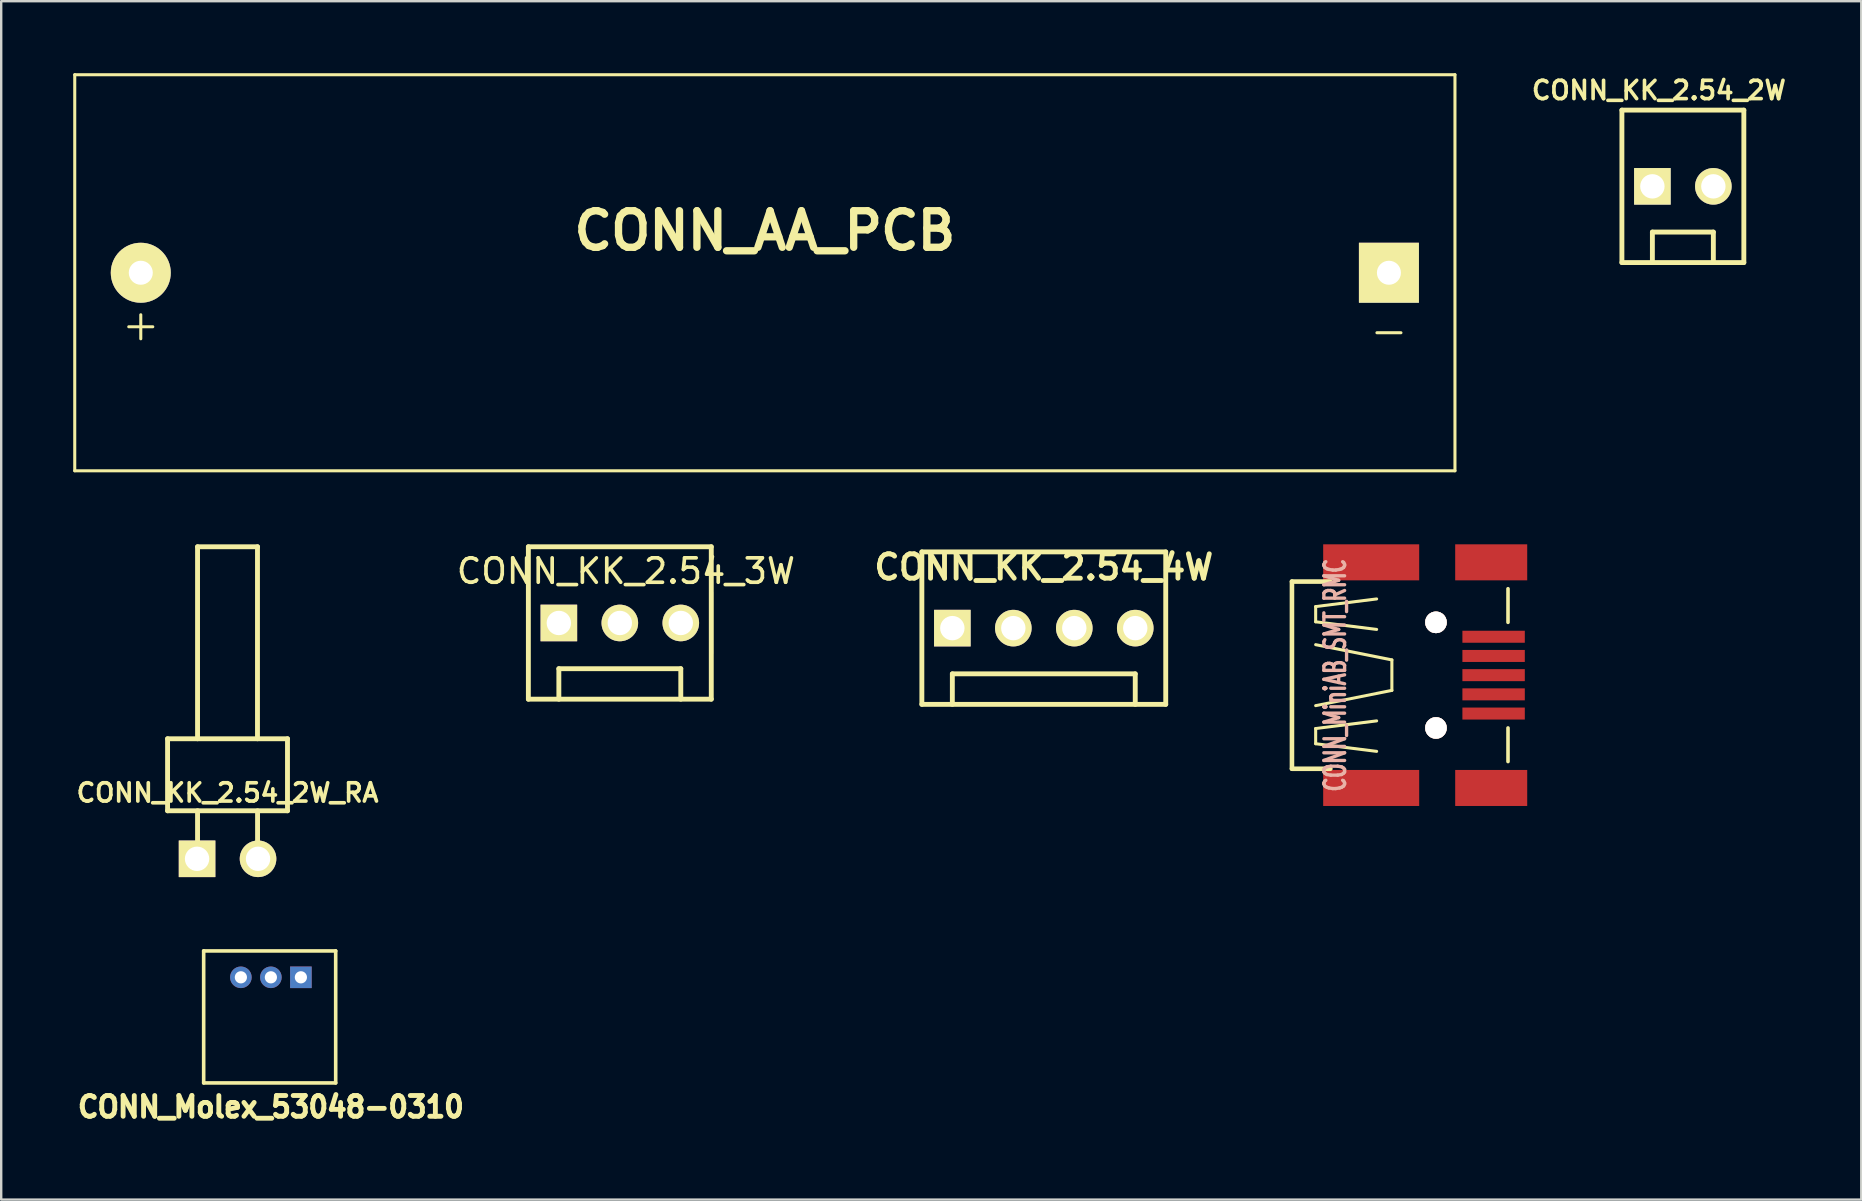
<source format=kicad_pcb>
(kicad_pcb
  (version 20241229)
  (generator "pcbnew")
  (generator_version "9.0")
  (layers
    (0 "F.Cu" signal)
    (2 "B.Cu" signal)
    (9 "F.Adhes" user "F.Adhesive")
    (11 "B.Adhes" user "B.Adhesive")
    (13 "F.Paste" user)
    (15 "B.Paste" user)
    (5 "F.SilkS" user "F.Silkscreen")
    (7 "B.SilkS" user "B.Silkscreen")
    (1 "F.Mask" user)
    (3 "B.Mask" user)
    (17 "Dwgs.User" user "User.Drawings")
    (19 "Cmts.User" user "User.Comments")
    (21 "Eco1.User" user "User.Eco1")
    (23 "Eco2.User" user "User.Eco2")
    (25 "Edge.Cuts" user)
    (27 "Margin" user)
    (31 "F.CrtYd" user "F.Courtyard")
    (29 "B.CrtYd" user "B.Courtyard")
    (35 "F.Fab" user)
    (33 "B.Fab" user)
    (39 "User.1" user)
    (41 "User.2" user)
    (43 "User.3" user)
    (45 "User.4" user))
  (footprint "CONN_KK_2.54_2W_RA"
    (layer "F.Cu")
    (at 6.43 32.728)
    (property "Reference" "CONN_KK_2.54_2W_RA" (at 0 -2.751 0) (layer "F.SilkS") (effects (font (size 0.762 0.762) (thickness 0.152))))
    (attr through_hole)
    (fp_line (start -2.499 -2.002) (end 2.499 -2.002) (stroke (width 0.203) (type solid)) (layer "F.SilkS"))
    (fp_line (start -2.499 -1.999) (end -2.499 -5.001) (stroke (width 0.203) (type solid)) (layer "F.SilkS"))
    (fp_line (start -1.25 -13) (end -1.25 -5.001) (stroke (width 0.203) (type solid)) (layer "F.SilkS"))
    (fp_line (start -1.25 -13) (end 1.25 -13) (stroke (width 0.203) (type solid)) (layer "F.SilkS"))
    (fp_line (start -1.25 -0.003) (end -1.25 -2.002) (stroke (width 0.203) (type solid)) (layer "F.SilkS"))
    (fp_line (start 1.247 -5.001) (end 1.247 -13) (stroke (width 0.203) (type solid)) (layer "F.SilkS"))
    (fp_line (start 1.25 0) (end 1.25 -1.999) (stroke (width 0.203) (type solid)) (layer "F.SilkS"))
    (fp_line (start 2.497 -5.001) (end 2.497 -1.999) (stroke (width 0.203) (type solid)) (layer "F.SilkS"))
    (fp_line (start 2.499 -5.001) (end -2.499 -5.001) (stroke (width 0.203) (type solid)) (layer "F.SilkS"))
    (pad "1" thru_hole rect (at -1.27 0) (size 1.524 1.524) (drill 1.016) (layers "*.Cu" "*.Mask" "F.SilkS"))
    (pad "2" thru_hole circle (at 1.27 0) (size 1.524 1.524) (drill 1.016) (layers "*.Cu" "*.Mask" "F.SilkS")))
  (footprint "CONN_AA_PCB"
    (layer "F.Cu")
    (at 28.814 8.313)
    (property "Reference" "CONN_AA_PCB" (at 0 -1.75 0) (layer "F.SilkS") (effects (font (size 1.524 1.524) (thickness 0.305))))
    (attr through_hole)
    (fp_line (start -28.75 -8.25) (end -28.75 8.25) (stroke (width 0.127) (type solid)) (layer "F.SilkS"))
    (fp_line (start -28.75 -8.25) (end 28.75 -8.25) (stroke (width 0.127) (type solid)) (layer "F.SilkS"))
    (fp_line (start -28.75 8.25) (end 28.75 8.25) (stroke (width 0.127) (type solid)) (layer "F.SilkS"))
    (fp_line (start -25.999 2.751) (end -25.999 1.75) (stroke (width 0.127) (type solid)) (layer "F.SilkS"))
    (fp_line (start -25.499 2.25) (end -26.5 2.25) (stroke (width 0.127) (type solid)) (layer "F.SilkS"))
    (fp_line (start 25.499 2.499) (end 26.5 2.499) (stroke (width 0.127) (type solid)) (layer "F.SilkS"))
    (fp_line (start 28.75 8.25) (end 28.75 -8.25) (stroke (width 0.127) (type solid)) (layer "F.SilkS"))
    (pad "1" thru_hole circle (at -25.999 0) (size 2.499 2.499) (drill 1.001) (layers "*.Cu" "*.Mask" "F.SilkS"))
    (pad "2" thru_hole rect (at 25.999 0) (size 2.499 2.499) (drill 1.001) (layers "*.Cu" "*.Mask" "F.SilkS")))
  (footprint "CONN_MiniAB_SMT_RMC"
    (layer "F.Cu")
    (at 56.374 25.077)
    (property "Reference" "CONN_MiniAB_SMT_RMC" (at -3.8 0 90) (layer "B.SilkS") (effects (font (size 0.864 0.559) (thickness 0.14))))
    (attr smd)
    (fp_line (start -5.601 -3.899) (end -4 -3.899) (stroke (width 0.191) (type solid)) (layer "F.SilkS"))
    (fp_line (start -5.601 3.899) (end -5.601 -3.899) (stroke (width 0.191) (type solid)) (layer "F.SilkS"))
    (fp_line (start -5.601 3.899) (end -4 3.899) (stroke (width 0.191) (type solid)) (layer "F.SilkS"))
    (fp_line (start -4.613 -2.857) (end -4.613 -2.223) (stroke (width 0.127) (type solid)) (layer "F.SilkS"))
    (fp_line (start -4.613 -2.223) (end -2.073 -1.905) (stroke (width 0.127) (type solid)) (layer "F.SilkS"))
    (fp_line (start -4.613 -1.27) (end -1.438 -0.635) (stroke (width 0.127) (type solid)) (layer "F.SilkS"))
    (fp_line (start -4.613 2.223) (end -2.073 1.905) (stroke (width 0.127) (type solid)) (layer "F.SilkS"))
    (fp_line (start -4.613 2.857) (end -4.613 2.223) (stroke (width 0.127) (type solid)) (layer "F.SilkS"))
    (fp_line (start -2.073 -3.175) (end -4.613 -2.857) (stroke (width 0.127) (type solid)) (layer "F.SilkS"))
    (fp_line (start -2.073 3.175) (end -4.613 2.857) (stroke (width 0.127) (type solid)) (layer "F.SilkS"))
    (fp_line (start -1.438 -0.635) (end -1.438 0.635) (stroke (width 0.127) (type solid)) (layer "F.SilkS"))
    (fp_line (start -1.438 0.635) (end -4.613 1.27) (stroke (width 0.127) (type solid)) (layer "F.SilkS"))
    (fp_line (start 3.4 -2.2) (end 3.4 -3.6) (stroke (width 0.15) (type solid)) (layer "F.SilkS"))
    (fp_line (start 3.4 3.6) (end 3.4 2.2) (stroke (width 0.15) (type solid)) (layer "F.SilkS"))
    (pad "1" smd rect (at 2.8 -1.6) (size 2.6 0.5) (layers "F.Cu" "F.Mask" "F.Paste"))
    (pad "2" smd rect (at 2.8 -0.8) (size 2.6 0.5) (layers "F.Cu" "F.Mask" "F.Paste"))
    (pad "3" smd rect (at 2.8 0) (size 2.6 0.5) (layers "F.Cu" "F.Mask" "F.Paste"))
    (pad "4" smd rect (at 2.8 1.6) (size 2.6 0.5) (layers "F.Cu" "F.Mask" "F.Paste"))
    (pad "5" smd rect (at -2.3 -4.7) (size 4 1.501) (layers "F.Cu" "F.Mask" "F.Paste"))
    (pad "5" smd rect (at -2.3 4.7) (size 4 1.501) (layers "F.Cu" "F.Mask" "F.Paste"))
    (pad "5" smd rect (at 2.7 -4.7) (size 3 1.501) (layers "F.Cu" "F.Mask" "F.Paste"))
    (pad "5" smd rect (at 2.7 4.7) (size 3 1.501) (layers "F.Cu" "F.Mask" "F.Paste"))
    (pad "6" smd rect (at 2.8 0.8) (size 2.6 0.5) (layers "F.Cu" "F.Mask" "F.Paste"))
    (pad "7" thru_hole circle (at 0.399 -2.2) (size 0.899 0.899) (drill 0.899) (layers "*.Cu" "*.SilkS" "*.Mask"))
    (pad "7" thru_hole circle (at 0.399 2.2) (size 0.899 0.899) (drill 0.899) (layers "*.Cu" "*.SilkS" "*.Mask")))
  (footprint "CONN_KK_2.54_3W"
    (layer "F.Cu")
    (at 22.772 22.903)
    (property "Reference" "CONN_KK_2.54_3W" (at 0.254 -2.159 0) (layer "F.SilkS") (effects (font (size 1.016 1.016) (thickness 0.152))))
    (attr through_hole)
    (fp_line (start -3.81 3.175) (end -3.81 -3.175) (stroke (width 0.203) (type solid)) (layer "F.SilkS"))
    (fp_line (start -3.81 3.175) (end 3.81 3.175) (stroke (width 0.203) (type solid)) (layer "F.SilkS"))
    (fp_line (start -2.54 1.905) (end 2.54 1.905) (stroke (width 0.203) (type solid)) (layer "F.SilkS"))
    (fp_line (start -2.54 3.175) (end -2.54 1.905) (stroke (width 0.203) (type solid)) (layer "F.SilkS"))
    (fp_line (start 2.54 1.905) (end 2.54 3.175) (stroke (width 0.203) (type solid)) (layer "F.SilkS"))
    (fp_line (start 3.81 -3.175) (end -3.81 -3.175) (stroke (width 0.203) (type solid)) (layer "F.SilkS"))
    (fp_line (start 3.81 -1.27) (end 3.81 1.27) (stroke (width 0.152) (type solid)) (layer "F.SilkS"))
    (fp_line (start 3.81 3.175) (end 3.81 -3.175) (stroke (width 0.203) (type solid)) (layer "F.SilkS"))
    (pad "1" thru_hole rect (at -2.54 0) (size 1.524 1.524) (drill 1.016) (layers "*.Cu" "*.Mask" "F.SilkS"))
    (pad "2" thru_hole circle (at 0 0) (size 1.524 1.524) (drill 1.016) (layers "*.Cu" "*.Mask" "F.SilkS"))
    (pad "3" thru_hole circle (at 2.54 0) (size 1.524 1.524) (drill 1.016) (layers "*.Cu" "*.Mask" "F.SilkS")))
  (footprint "CONN_KK_2.54_2W"
    (layer "F.Cu")
    (at 67.059 4.713)
    (property "Reference" "CONN_KK_2.54_2W" (at -1 -4 0) (layer "F.SilkS") (effects (font (size 0.762 0.762) (thickness 0.152))))
    (attr through_hole)
    (fp_line (start -2.54 -3.175) (end -2.54 3.175) (stroke (width 0.203) (type solid)) (layer "F.SilkS"))
    (fp_line (start -2.54 1.27) (end -2.54 -1.27) (stroke (width 0.152) (type solid)) (layer "F.SilkS"))
    (fp_line (start -2.54 3.175) (end 2.54 3.175) (stroke (width 0.203) (type solid)) (layer "F.SilkS"))
    (fp_line (start -1.27 1.905) (end 1.27 1.905) (stroke (width 0.203) (type solid)) (layer "F.SilkS"))
    (fp_line (start -1.27 3.175) (end -1.27 1.905) (stroke (width 0.203) (type solid)) (layer "F.SilkS"))
    (fp_line (start 1.27 1.905) (end 1.27 3.175) (stroke (width 0.203) (type solid)) (layer "F.SilkS"))
    (fp_line (start 2.54 -3.175) (end -2.54 -3.175) (stroke (width 0.203) (type solid)) (layer "F.SilkS"))
    (fp_line (start 2.54 -1.27) (end 2.54 1.27) (stroke (width 0.152) (type solid)) (layer "F.SilkS"))
    (fp_line (start 2.54 3.175) (end 2.54 -3.175) (stroke (width 0.203) (type solid)) (layer "F.SilkS"))
    (pad "1" thru_hole rect (at -1.27 0) (size 1.524 1.524) (drill 1.016) (layers "*.Cu" "*.Mask" "F.SilkS"))
    (pad "2" thru_hole circle (at 1.27 0) (size 1.524 1.524) (drill 1.016) (layers "*.Cu" "*.Mask" "F.SilkS")))
  (footprint "CONN_Molex_53048-0310"
    (layer "F.Cu")
    (at 8.235 37.665)
    (property "Reference" "CONN_Molex_53048-0310" (at 0 5.4 0) (layer "F.SilkS") (effects (font (size 0.864 0.813) (thickness 0.203))))
    (attr through_hole)
    (fp_line (start -2.8 -1.1) (end 2.7 -1.1) (stroke (width 0.15) (type solid)) (layer "F.SilkS"))
    (fp_line (start -2.8 4.4) (end -2.8 -1.1) (stroke (width 0.15) (type solid)) (layer "F.SilkS"))
    (fp_line (start 2.7 -1.1) (end 2.7 4.4) (stroke (width 0.15) (type solid)) (layer "F.SilkS"))
    (fp_line (start 2.7 4.4) (end -2.8 4.4) (stroke (width 0.15) (type solid)) (layer "F.SilkS"))
    (pad "1" thru_hole rect (at 1.25 0) (size 0.899 0.899) (drill 0.508) (layers "*.Cu" "*.Mask"))
    (pad "2" thru_hole circle (at 0 0) (size 0.899 0.899) (drill 0.508) (layers "*.Cu" "*.Mask"))
    (pad "3" thru_hole circle (at -1.25 0) (size 0.899 0.899) (drill 0.508) (layers "*.Cu" "*.Mask")))
  (footprint "CONN_KK_2.54_4W"
    (layer "F.Cu")
    (at 40.435 23.118)
    (property "Reference" "CONN_KK_2.54_4W" (at 0 -2.54 0) (layer "F.SilkS") (effects (font (size 1.016 1.016) (thickness 0.203))))
    (attr through_hole)
    (fp_line (start -5.08 -3.175) (end -5.08 3.175) (stroke (width 0.203) (type solid)) (layer "F.SilkS"))
    (fp_line (start -5.08 3.175) (end 5.08 3.175) (stroke (width 0.203) (type solid)) (layer "F.SilkS"))
    (fp_line (start -3.81 1.905) (end 3.81 1.905) (stroke (width 0.203) (type solid)) (layer "F.SilkS"))
    (fp_line (start -3.81 3.175) (end -3.81 1.905) (stroke (width 0.203) (type solid)) (layer "F.SilkS"))
    (fp_line (start 3.81 1.905) (end 3.81 3.175) (stroke (width 0.203) (type solid)) (layer "F.SilkS"))
    (fp_line (start 5.08 -3.175) (end -5.08 -3.175) (stroke (width 0.203) (type solid)) (layer "F.SilkS"))
    (fp_line (start 5.08 3.175) (end 5.08 -3.175) (stroke (width 0.203) (type solid)) (layer "F.SilkS"))
    (pad "1" thru_hole rect (at -3.81 0) (size 1.524 1.524) (drill 1.016) (layers "*.Cu" "*.Mask" "F.SilkS"))
    (pad "2" thru_hole circle (at -1.27 0) (size 1.524 1.524) (drill 1.016) (layers "*.Cu" "*.Mask" "F.SilkS"))
    (pad "3" thru_hole circle (at 1.27 0) (size 1.524 1.524) (drill 1.016) (layers "*.Cu" "*.Mask" "F.SilkS"))
    (pad "4" thru_hole circle (at 3.81 0) (size 1.524 1.524) (drill 1.016) (layers "*.Cu" "*.Mask" "F.SilkS")))
  (gr_rect
    (start -3 -3)
    (end 74.491 46.927)
    (stroke (width 0.1) (type default))
    (fill no)
    (layer "Edge.Cuts")))
</source>
